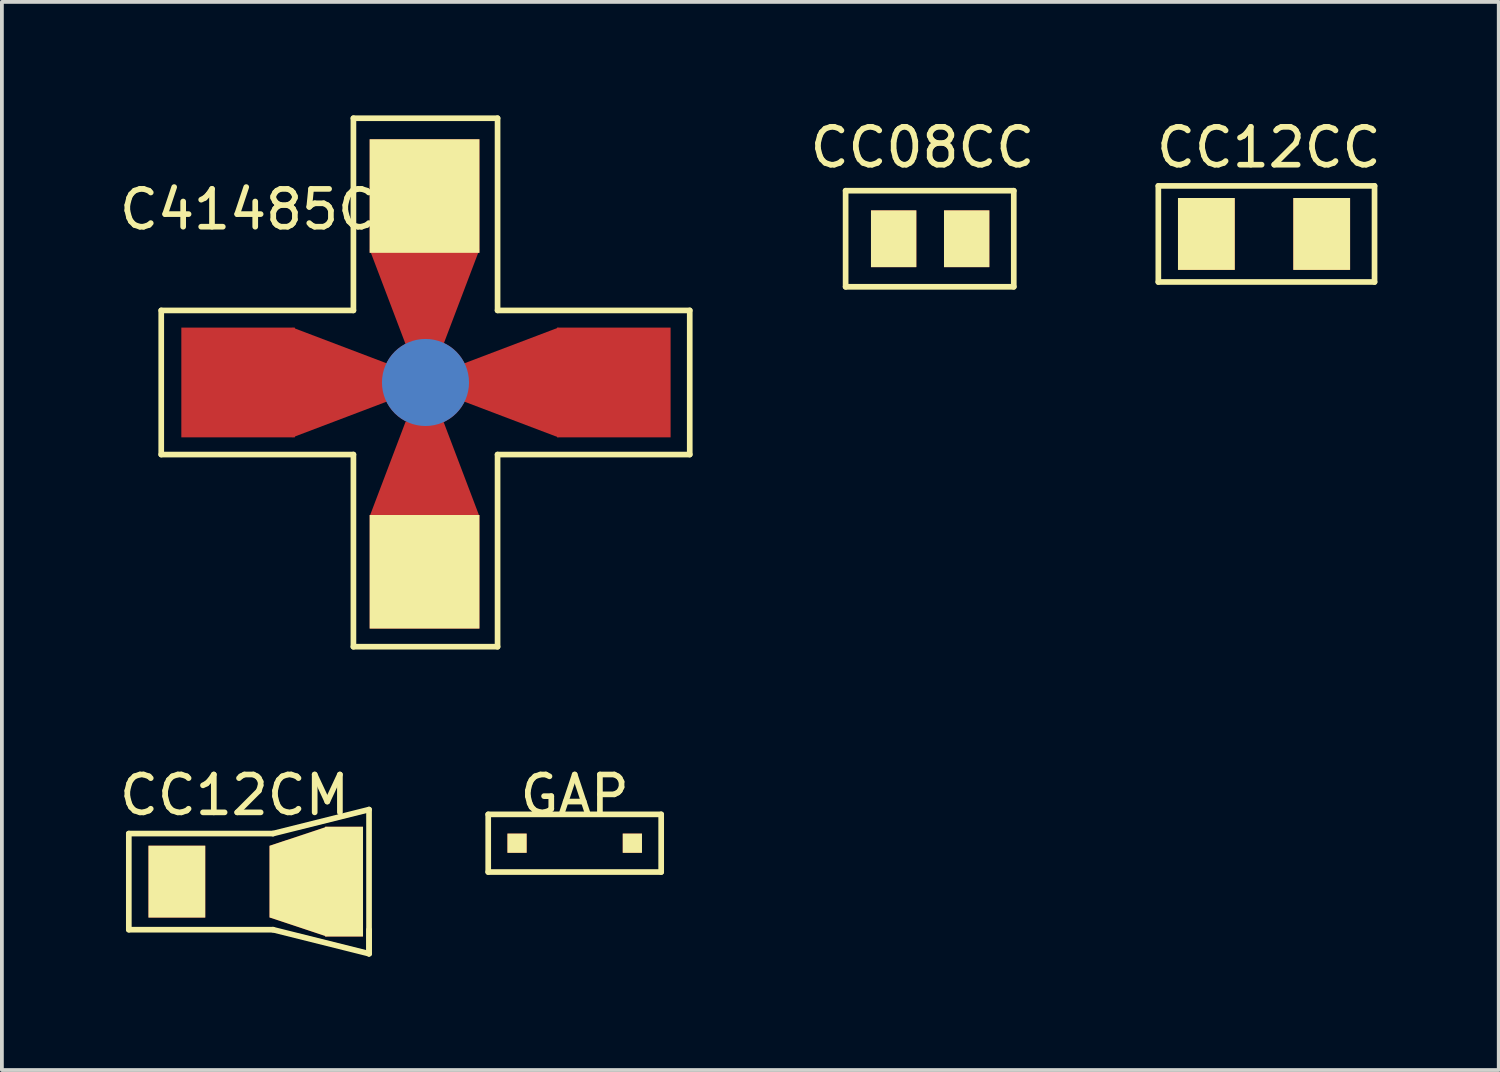
<source format=kicad_pcb>
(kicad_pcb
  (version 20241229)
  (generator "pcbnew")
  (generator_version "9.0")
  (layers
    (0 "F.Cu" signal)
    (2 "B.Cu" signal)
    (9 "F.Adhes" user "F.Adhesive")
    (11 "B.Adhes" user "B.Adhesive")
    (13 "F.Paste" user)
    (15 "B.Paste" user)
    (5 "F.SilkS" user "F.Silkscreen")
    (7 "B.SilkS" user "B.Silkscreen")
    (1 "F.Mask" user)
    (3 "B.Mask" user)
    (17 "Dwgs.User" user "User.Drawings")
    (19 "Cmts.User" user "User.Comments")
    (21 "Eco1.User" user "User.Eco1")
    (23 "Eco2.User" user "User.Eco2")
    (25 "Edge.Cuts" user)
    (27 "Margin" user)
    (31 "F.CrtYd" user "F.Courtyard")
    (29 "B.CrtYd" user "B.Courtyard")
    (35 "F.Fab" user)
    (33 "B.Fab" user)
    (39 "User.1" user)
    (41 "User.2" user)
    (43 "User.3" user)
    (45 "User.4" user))
  (footprint "CC12CC"
    (layer "F.Cu")
    (at 30.362 3.134)
    (property "Reference" "CC12CC" (at 0.127 -2.286 0) (layer "F.SilkS") (effects (font (size 1 1) (thickness 0.15))))
    (attr through_hole)
    (fp_line (start -2.794 -1.27) (end 2.921 -1.27) (stroke (width 0.15) (type solid)) (layer "F.SilkS"))
    (fp_line (start -2.794 1.27) (end -2.794 -1.27) (stroke (width 0.15) (type solid)) (layer "F.SilkS"))
    (fp_line (start 2.921 -1.27) (end 2.921 1.27) (stroke (width 0.15) (type solid)) (layer "F.SilkS"))
    (fp_line (start 2.921 1.27) (end -2.794 1.27) (stroke (width 0.15) (type solid)) (layer "F.SilkS"))
    (pad "1" smd rect (at -1.524 0) (size 1.501 1.9) (layers "F.Cu" "F.Mask" "F.SilkS" "F.Paste"))
    (pad "2" smd rect (at 1.524 0) (size 1.501 1.9) (layers "F.Cu" "F.Mask" "F.SilkS" "F.Paste")))
  (footprint "C41485CC"
    (layer "F.Cu")
    (at 8.197 7.06)
    (property "Reference" "C41485CC" (at -4.191 -4.572 0) (layer "F.SilkS") (effects (font (size 1 1) (thickness 0.15))))
    (attr through_hole)
    (fp_line (start -6.985 -1.905) (end -6.985 1.905) (stroke (width 0.15) (type solid)) (layer "F.SilkS"))
    (fp_line (start -6.985 1.905) (end -1.905 1.905) (stroke (width 0.15) (type solid)) (layer "F.SilkS"))
    (fp_line (start -1.905 -6.985) (end -1.905 -1.905) (stroke (width 0.15) (type solid)) (layer "F.SilkS"))
    (fp_line (start -1.905 -1.905) (end -6.985 -1.905) (stroke (width 0.15) (type solid)) (layer "F.SilkS"))
    (fp_line (start -1.905 1.905) (end -1.905 6.985) (stroke (width 0.15) (type solid)) (layer "F.SilkS"))
    (fp_line (start -1.905 6.985) (end 1.905 6.985) (stroke (width 0.15) (type solid)) (layer "F.SilkS"))
    (fp_line (start 1.905 -6.985) (end -1.905 -6.985) (stroke (width 0.15) (type solid)) (layer "F.SilkS"))
    (fp_line (start 1.905 -1.905) (end 1.905 -6.985) (stroke (width 0.15) (type solid)) (layer "F.SilkS"))
    (fp_line (start 1.905 1.905) (end 6.985 1.905) (stroke (width 0.15) (type solid)) (layer "F.SilkS"))
    (fp_line (start 1.905 6.985) (end 1.905 1.905) (stroke (width 0.15) (type solid)) (layer "F.SilkS"))
    (fp_line (start 6.985 -1.905) (end 1.905 -1.905) (stroke (width 0.15) (type solid)) (layer "F.SilkS"))
    (fp_line (start 6.985 1.905) (end 6.985 -1.905) (stroke (width 0.15) (type solid)) (layer "F.SilkS"))
    (pad "" thru_hole circle (at 0 0) (size 2.301 2.301) (drill 0.000001) (layers "*.Cu" "*.Mask"))
    (pad "1" smd rect (at -4.953 0) (size 3.002 2.901) (layers "F.Cu" "F.Mask" "F.Paste" "In14.Cu"))
    (pad "1" smd trapezoid (at -2.261 0) (size 2.502 1.951) (rect_delta 0.95 0) (layers "F.Cu" "F.Mask" "F.Paste" "In14.Cu"))
    (pad "2" smd trapezoid (at -0.025 2.286) (size 1.951 2.502) (rect_delta 0 0.95) (layers "F.Cu" "F.Mask" "F.Paste" "In14.Cu"))
    (pad "2" smd rect (at -0.025 5.004) (size 2.901 3.002) (layers "F.Cu" "F.Mask" "F.SilkS" "F.Paste" "In10.Cu" "In13.Cu" "In14.Cu"))
    (pad "3" smd trapezoid (at 2.261 0) (size 2.502 1.951) (rect_delta -0.95 0) (layers "F.Cu" "F.Mask" "F.Paste" "In14.Cu"))
    (pad "3" smd rect (at 4.978 0) (size 3.002 2.901) (layers "F.Cu" "F.Mask" "F.Paste" "In14.Cu"))
    (pad "4" smd rect (at -0.025 -4.928) (size 2.901 3.002) (layers "F.Cu" "F.Mask" "F.SilkS" "F.Paste" "In10.Cu" "In13.Cu" "In14.Cu"))
    (pad "4" smd trapezoid (at -0.025 -2.261) (size 1.951 2.502) (rect_delta 0 -0.95) (layers "F.Cu" "F.Mask" "F.Paste" "In14.Cu")))
  (footprint "GAP"
    (layer "F.Cu")
    (at 12.141 19.238)
    (property "Reference" "GAP" (at 0 -1.27 0) (layer "F.SilkS") (effects (font (size 1 1) (thickness 0.15))))
    (attr through_hole)
    (fp_line (start -2.286 -0.762) (end 2.286 -0.762) (stroke (width 0.15) (type solid)) (layer "F.SilkS"))
    (fp_line (start -2.286 0.762) (end -2.286 -0.762) (stroke (width 0.15) (type solid)) (layer "F.SilkS"))
    (fp_line (start 2.286 -0.762) (end 2.286 0.762) (stroke (width 0.15) (type solid)) (layer "F.SilkS"))
    (fp_line (start 2.286 0.762) (end -2.286 0.762) (stroke (width 0.15) (type solid)) (layer "F.SilkS"))
    (pad "1" smd rect (at -1.524 0) (size 0.508 0.508) (layers "F.Cu" "F.Mask" "F.SilkS" "F.Paste"))
    (pad "2" smd rect (at 1.524 0) (size 0.508 0.508) (layers "F.Cu" "F.Mask" "F.SilkS" "F.Paste")))
  (footprint "CC08CC"
    (layer "F.Cu")
    (at 21.842 3.261)
    (property "Reference" "CC08CC" (at -0.508 -2.413 0) (layer "F.SilkS") (effects (font (size 1 1) (thickness 0.15))))
    (attr through_hole)
    (fp_line (start -2.54 1.27) (end -2.54 -1.27) (stroke (width 0.15) (type solid)) (layer "F.SilkS"))
    (fp_line (start 1.905 -1.27) (end -2.54 -1.27) (stroke (width 0.15) (type solid)) (layer "F.SilkS"))
    (fp_line (start 1.905 -1.27) (end 1.905 1.27) (stroke (width 0.15) (type solid)) (layer "F.SilkS"))
    (fp_line (start 1.905 1.27) (end -2.54 1.27) (stroke (width 0.15) (type solid)) (layer "F.SilkS"))
    (pad "1" smd rect (at -1.27 0) (size 1.199 1.501) (layers "F.Cu" "F.Mask" "F.SilkS" "F.Paste"))
    (pad "2" smd rect (at 0.66 0) (size 1.199 1.501) (layers "F.Cu" "F.Mask" "F.SilkS" "F.Paste")))
  (footprint "CC12CM"
    (layer "F.Cu")
    (at 2.895 20.254)
    (property "Reference" "CC12CM" (at 0.254 -2.286 0) (layer "F.SilkS") (effects (font (size 1 1) (thickness 0.15))))
    (attr through_hole)
    (fp_line (start -2.54 -1.27) (end 1.27 -1.27) (stroke (width 0.15) (type solid)) (layer "F.SilkS"))
    (fp_line (start -2.54 1.27) (end -2.54 -1.27) (stroke (width 0.15) (type solid)) (layer "F.SilkS"))
    (fp_line (start -2.54 1.27) (end 1.27 1.27) (stroke (width 0.15) (type solid)) (layer "F.SilkS"))
    (fp_line (start 1.27 -1.27) (end 3.81 -1.905) (stroke (width 0.15) (type solid)) (layer "F.SilkS"))
    (fp_line (start 1.27 1.27) (end 3.81 1.905) (stroke (width 0.15) (type solid)) (layer "F.SilkS"))
    (fp_line (start 3.175 -1.27) (end 3.175 1.27) (stroke (width 0.15) (type solid)) (layer "F.SilkS"))
    (fp_line (start 3.81 -1.905) (end 3.81 1.905) (stroke (width 0.15) (type solid)) (layer "F.SilkS"))
    (fp_line (start 3.81 1.905) (end 3.81 1.27) (stroke (width 0.15) (type solid)) (layer "F.SilkS"))
    (pad "1" smd rect (at -1.27 0) (size 1.501 1.9) (layers "F.Cu" "F.Mask" "F.SilkS" "F.Paste"))
    (pad "2" smd trapezoid (at 1.93 0) (size 1.501 2.393) (rect_delta -0.5 0) (layers "F.Cu" "F.Mask" "F.SilkS" "F.Paste"))
    (pad "2" thru_hole circle (at 3.073 -0.711) (size 0.8 0.8) (drill 0.000001) (layers "*.Cu" "*.Mask"))
    (pad "2" thru_hole circle (at 3.073 0.686) (size 0.8 0.8) (drill 0.000001) (layers "*.Cu" "*.Mask"))
    (pad "2" smd rect (at 3.15 0) (size 1.001 2.901) (layers "F.Cu" "F.Mask" "F.SilkS" "F.Paste")))
  (gr_rect
    (start -3 -3)
    (end 36.566 25.234)
    (stroke (width 0.1) (type default))
    (fill no)
    (layer "Edge.Cuts")))
</source>
